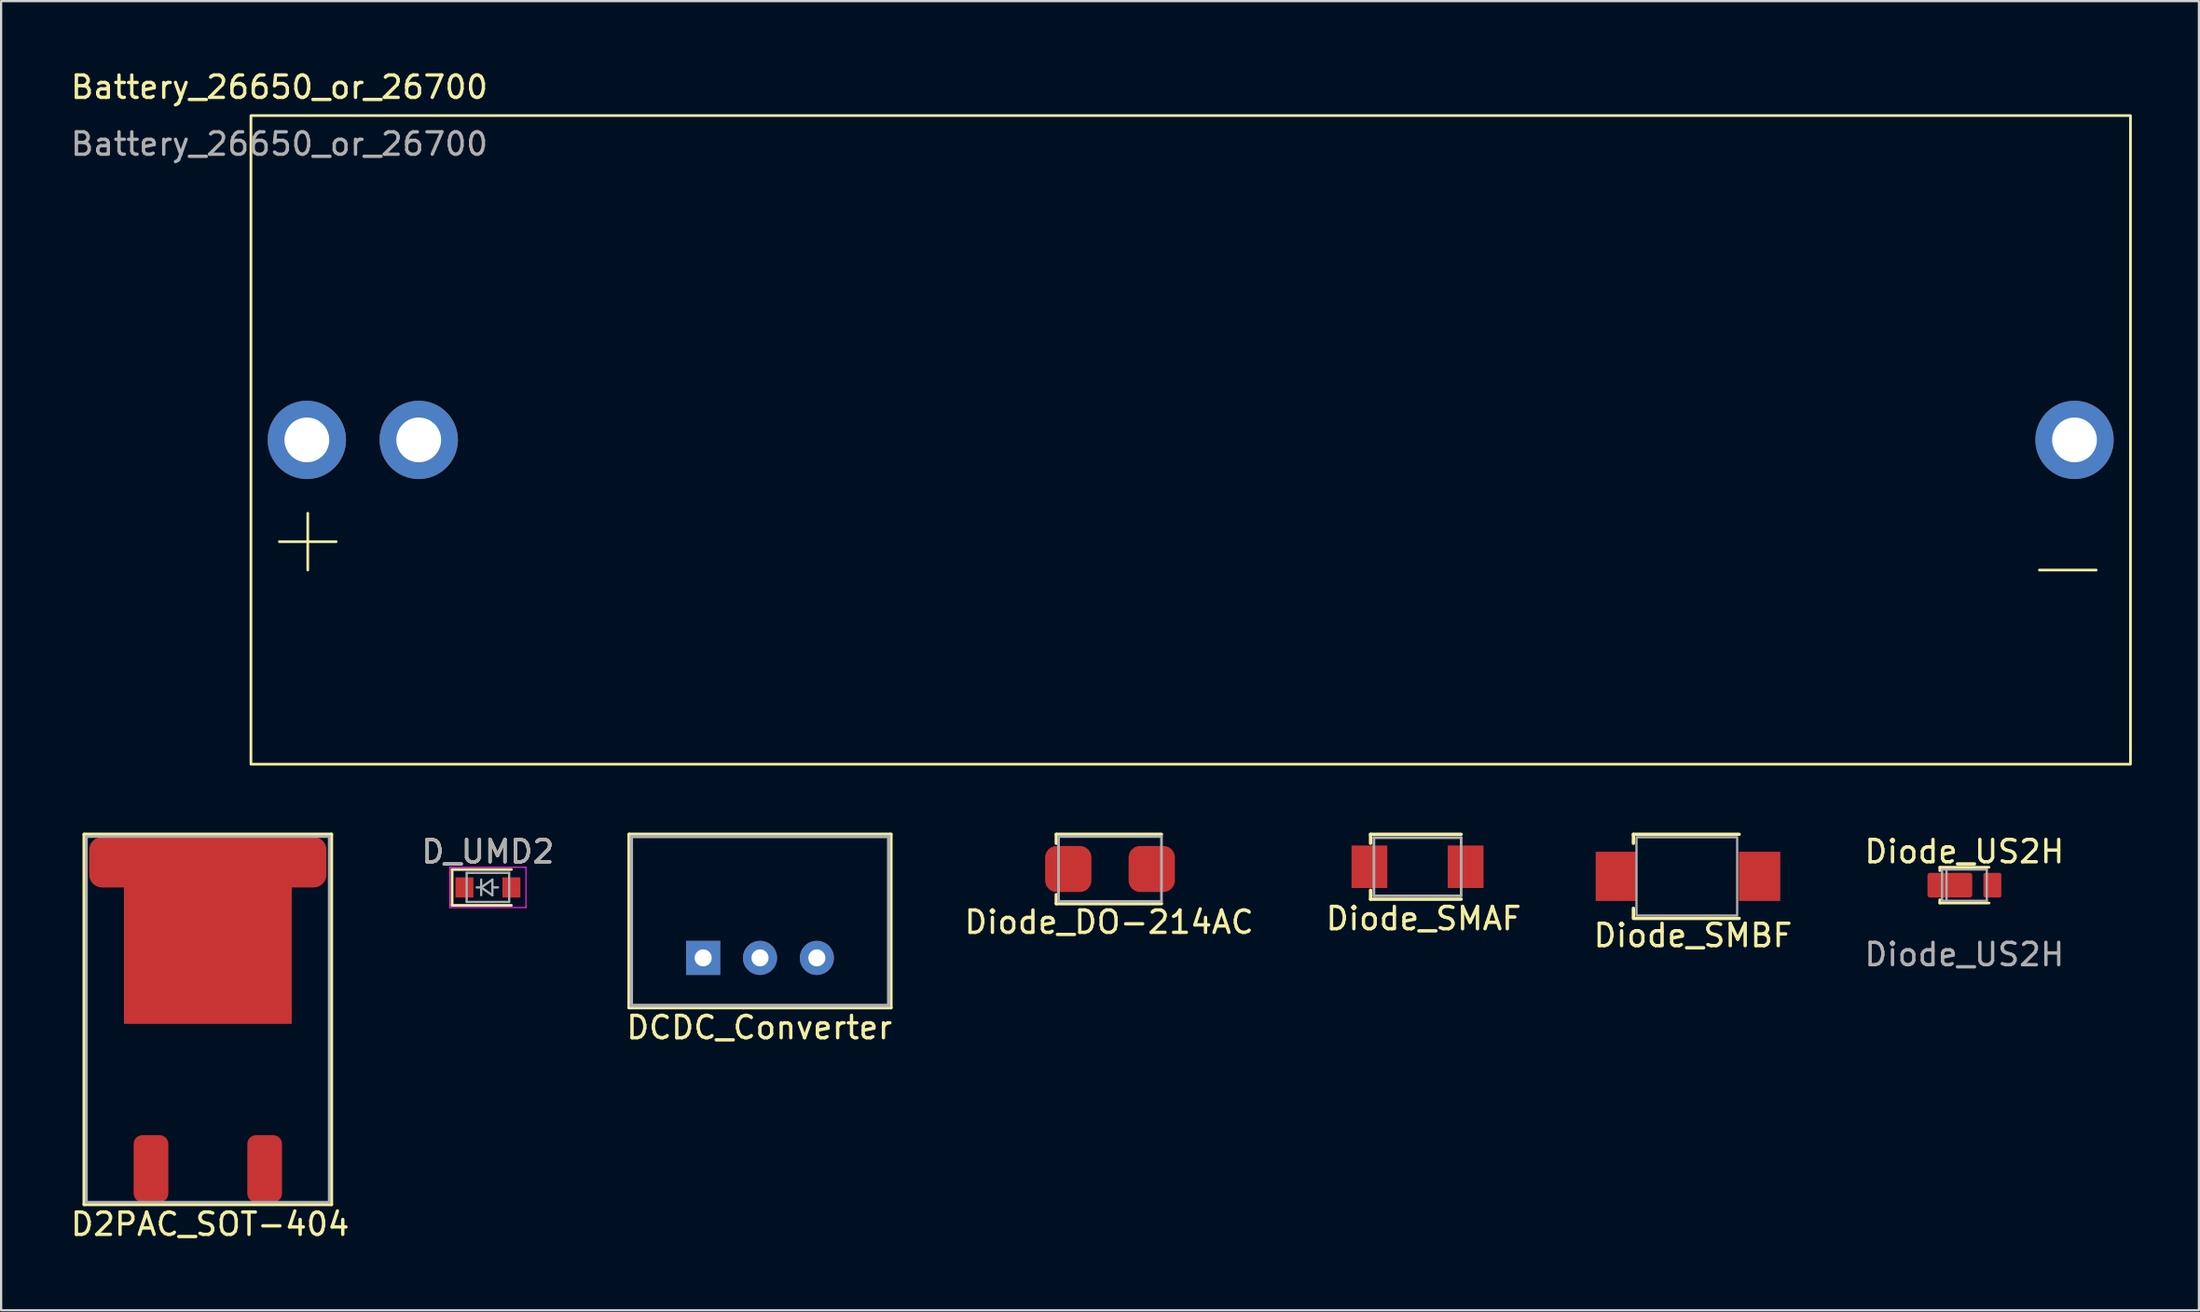
<source format=kicad_pcb>
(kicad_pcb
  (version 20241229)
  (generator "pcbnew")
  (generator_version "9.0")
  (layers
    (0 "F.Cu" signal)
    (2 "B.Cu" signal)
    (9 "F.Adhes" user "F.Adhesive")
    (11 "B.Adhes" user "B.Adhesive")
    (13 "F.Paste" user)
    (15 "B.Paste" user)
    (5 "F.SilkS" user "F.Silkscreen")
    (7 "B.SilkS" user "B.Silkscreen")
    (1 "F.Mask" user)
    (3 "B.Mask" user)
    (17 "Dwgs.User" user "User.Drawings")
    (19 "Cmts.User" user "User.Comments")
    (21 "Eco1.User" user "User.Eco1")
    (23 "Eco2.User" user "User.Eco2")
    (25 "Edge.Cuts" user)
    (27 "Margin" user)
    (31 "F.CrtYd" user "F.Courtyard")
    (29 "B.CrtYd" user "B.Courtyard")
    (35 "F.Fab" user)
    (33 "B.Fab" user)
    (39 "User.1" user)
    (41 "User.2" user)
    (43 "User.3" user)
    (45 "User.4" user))
  (footprint "D_UMD2"
    (layer "F.Cu")
    (at 18.756 36.627)
    (property "Reference" "D_UMD2" (at 0 -1.6 0) (layer "F.SilkS") (effects (font (size 1 1) (thickness 0.15))))
    (attr smd)
    (fp_line (start -1.6 -0.8) (end 1.05 -0.8) (stroke (width 0.12) (type solid)) (layer "F.SilkS"))
    (fp_line (start -1.6 0.8) (end -1.6 -0.8) (stroke (width 0.12) (type solid)) (layer "F.SilkS"))
    (fp_line (start 1.05 0.8) (end -1.6 0.8) (stroke (width 0.12) (type solid)) (layer "F.SilkS"))
    (fp_line (start -1.7 -0.9) (end 1.7 -0.9) (stroke (width 0.05) (type solid)) (layer "F.CrtYd"))
    (fp_line (start -1.7 0.9) (end -1.7 -0.9) (stroke (width 0.05) (type solid)) (layer "F.CrtYd"))
    (fp_line (start 1.7 -0.9) (end 1.7 0.9) (stroke (width 0.05) (type solid)) (layer "F.CrtYd"))
    (fp_line (start 1.7 0.9) (end -1.7 0.9) (stroke (width 0.05) (type solid)) (layer "F.CrtYd"))
    (fp_line (start -0.95 -0.65) (end 0.95 -0.65) (stroke (width 0.1) (type solid)) (layer "F.Fab"))
    (fp_line (start -0.95 0.65) (end -0.95 -0.65) (stroke (width 0.1) (type solid)) (layer "F.Fab"))
    (fp_line (start -0.3 -0.35) (end -0.3 0.35) (stroke (width 0.1) (type solid)) (layer "F.Fab"))
    (fp_line (start -0.3 0) (end -0.5 0) (stroke (width 0.1) (type solid)) (layer "F.Fab"))
    (fp_line (start -0.3 0) (end 0.2 -0.35) (stroke (width 0.1) (type solid)) (layer "F.Fab"))
    (fp_line (start 0.2 -0.35) (end 0.2 0.35) (stroke (width 0.1) (type solid)) (layer "F.Fab"))
    (fp_line (start 0.2 0) (end 0.45 0) (stroke (width 0.1) (type solid)) (layer "F.Fab"))
    (fp_line (start 0.2 0.35) (end -0.3 0) (stroke (width 0.1) (type solid)) (layer "F.Fab"))
    (fp_line (start 0.95 -0.65) (end 0.95 0.65) (stroke (width 0.1) (type solid)) (layer "F.Fab"))
    (fp_line (start 0.95 0.65) (end -0.95 0.65) (stroke (width 0.1) (type solid)) (layer "F.Fab"))
    (fp_text user "${REFERENCE}" (at 0 -1.6 0) (layer "F.Fab") (effects (font (size 1 1) (thickness 0.15))))
    (pad "1" smd rect (at -1.05 0 180) (size 0.8 0.9) (layers "F.Cu" "F.Mask" "F.Paste"))
    (pad "2" smd rect (at 1.05 0 180) (size 0.8 0.9) (layers "F.Cu" "F.Mask" "F.Paste")))
  (footprint "Diode_SMAF"
    (layer "F.Cu")
    (at 60.303 35.703)
    (property "Reference" "Diode_SMAF" (at 0.274 2.316 0) (layer "F.SilkS") (effects (font (size 1 1) (thickness 0.15))))
    (attr through_hole)
    (fp_line (start -2.1 -1.45) (end -2.1 -1.05) (stroke (width 0.15) (type solid)) (layer "F.SilkS"))
    (fp_line (start -2.1 1.05) (end -2.1 1.45) (stroke (width 0.15) (type solid)) (layer "F.SilkS"))
    (fp_line (start -2.1 1.45) (end 1.95 1.45) (stroke (width 0.15) (type solid)) (layer "F.SilkS"))
    (fp_line (start 1.95 -1.45) (end -2.1 -1.45) (stroke (width 0.15) (type solid)) (layer "F.SilkS"))
    (fp_line (start -1.95 -1.3) (end -1.95 1.3) (stroke (width 0.12) (type solid)) (layer "F.Fab"))
    (fp_line (start -1.95 1.3) (end 1.95 1.3) (stroke (width 0.12) (type solid)) (layer "F.Fab"))
    (fp_line (start 1.95 -1.3) (end -1.95 -1.3) (stroke (width 0.12) (type solid)) (layer "F.Fab"))
    (fp_line (start 1.95 1.3) (end 1.95 -1.3) (stroke (width 0.12) (type solid)) (layer "F.Fab"))
    (pad "1" smd rect (at -2.15 0) (size 1.6 1.9) (layers "F.Cu" "F.Mask" "F.Paste"))
    (pad "2" smd rect (at 2.15 0) (size 1.6 1.9) (layers "F.Cu" "F.Mask" "F.Paste")))
  (footprint "Diode_SMBF"
    (layer "F.Cu")
    (at 72.339 36.133)
    (property "Reference" "Diode_SMBF" (at 0.274 2.642 0) (layer "F.SilkS") (effects (font (size 1 1) (thickness 0.15))))
    (attr through_hole)
    (fp_line (start -2.388 -1.88) (end -2.388 -1.48) (stroke (width 0.15) (type solid)) (layer "F.SilkS"))
    (fp_line (start -2.388 1.429) (end -2.388 1.829) (stroke (width 0.15) (type solid)) (layer "F.SilkS"))
    (fp_line (start -2.388 1.88) (end 2.337 1.88) (stroke (width 0.15) (type solid)) (layer "F.SilkS"))
    (fp_line (start 2.337 -1.88) (end -2.388 -1.88) (stroke (width 0.15) (type solid)) (layer "F.SilkS"))
    (fp_rect (start -2.25 -1.75) (end 2.25 1.75) (stroke (width 0.1) (type default)) (fill no) (layer "F.Fab"))
    (pad "1" smd rect (at -3.15 0) (size 1.85 2.2) (layers "F.Cu" "F.Mask" "F.Paste"))
    (pad "2" smd rect (at 3.25 0) (size 1.85 2.2) (layers "F.Cu" "F.Mask" "F.Paste")))
  (footprint "DCDC_Converter"
    (layer "F.Cu")
    (at 30.917 39.778)
    (property "Reference" "DCDC_Converter" (at -0.03 3.114 0) (layer "F.SilkS") (effects (font (size 1 1) (thickness 0.15))))
    (attr through_hole)
    (fp_line (start -5.85 -5.525) (end -5.85 2.225) (stroke (width 0.15) (type solid)) (layer "F.SilkS"))
    (fp_line (start -5.85 -5.525) (end 5.85 -5.525) (stroke (width 0.15) (type solid)) (layer "F.SilkS"))
    (fp_line (start -5.85 2.225) (end 5.85 2.225) (stroke (width 0.15) (type solid)) (layer "F.SilkS"))
    (fp_line (start 5.85 -5.525) (end 5.85 2.225) (stroke (width 0.15) (type solid)) (layer "F.SilkS"))
    (fp_line (start -5.75 -5.425) (end -5.75 2.125) (stroke (width 0.15) (type solid)) (layer "F.Fab"))
    (fp_line (start -5.75 -5.425) (end 5.75 -5.425) (stroke (width 0.15) (type solid)) (layer "F.Fab"))
    (fp_line (start -5.75 2.125) (end 5.75 2.125) (stroke (width 0.15) (type solid)) (layer "F.Fab"))
    (fp_line (start 5.75 -5.425) (end 5.75 2.125) (stroke (width 0.15) (type solid)) (layer "F.Fab"))
    (pad "1" thru_hole rect (at -2.54 0) (size 1.524 1.524) (drill 0.762) (layers "*.Cu" "*.Mask"))
    (pad "2" thru_hole circle (at 0 0) (size 1.524 1.524) (drill 0.762) (layers "*.Cu" "*.Mask"))
    (pad "3" thru_hole circle (at 2.54 0) (size 1.524 1.524) (drill 0.762) (layers "*.Cu" "*.Mask")))
  (footprint "D2PAC_SOT-404"
    (layer "F.Cu")
    (at 6.238 42.528)
    (property "Reference" "D2PAC_SOT-404" (at 0.102 9.157 0) (layer "F.SilkS") (effects (font (size 1 1) (thickness 0.15))))
    (attr through_hole)
    (fp_line (start -5.525 -8.275) (end -5.525 8.275) (stroke (width 0.15) (type solid)) (layer "F.SilkS"))
    (fp_line (start -5.525 8.275) (end 5.525 8.275) (stroke (width 0.15) (type solid)) (layer "F.SilkS"))
    (fp_line (start 5.525 -8.275) (end -5.525 -8.275) (stroke (width 0.15) (type solid)) (layer "F.SilkS"))
    (fp_line (start 5.525 8.275) (end 5.525 -8.275) (stroke (width 0.15) (type solid)) (layer "F.SilkS"))
    (fp_line (start -5.425 -8.175) (end -5.425 8.175) (stroke (width 0.12) (type solid)) (layer "F.Fab"))
    (fp_line (start -5.425 8.175) (end 5.425 8.175) (stroke (width 0.12) (type solid)) (layer "F.Fab"))
    (fp_line (start 5.425 -8.175) (end -5.425 -8.175) (stroke (width 0.12) (type solid)) (layer "F.Fab"))
    (fp_line (start 5.425 8.175) (end 5.425 -8.175) (stroke (width 0.12) (type solid)) (layer "F.Fab"))
    (pad "1" smd roundrect (at -2.54 6.675) (size 1.55 3) (layers "F.Cu" "F.Mask" "F.Paste") (roundrect_rratio 0.25))
    (pad "2" smd roundrect (at 0 -7.025) (size 10.6 2.25) (layers "F.Cu" "F.Mask" "F.Paste") (roundrect_rratio 0.25))
    (pad "2" smd rect (at 0 -3.8) (size 7.5 8) (layers "F.Cu" "F.Mask" "F.Paste"))
    (pad "3" smd roundrect (at 2.54 6.675) (size 1.55 3) (layers "F.Cu" "F.Mask" "F.Paste") (roundrect_rratio 0.25)))
  (footprint "Diode_DO-214AC"
    (layer "F.Cu")
    (at 46.559 35.803)
    (property "Reference" "Diode_DO-214AC" (at -0.041 2.377 0) (layer "F.SilkS") (effects (font (size 1 1) (thickness 0.15))))
    (attr smd)
    (fp_line (start -2.4 -1.55) (end -2.4 -1.15) (stroke (width 0.15) (type solid)) (layer "F.SilkS"))
    (fp_line (start -2.4 1.15) (end -2.4 1.55) (stroke (width 0.15) (type solid)) (layer "F.SilkS"))
    (fp_line (start -2.4 1.55) (end 2.3 1.55) (stroke (width 0.15) (type solid)) (layer "F.SilkS"))
    (fp_line (start 2.3 -1.55) (end -2.4 -1.55) (stroke (width 0.15) (type solid)) (layer "F.SilkS"))
    (fp_line (start -2.3 -1.45) (end -2.3 1.45) (stroke (width 0.12) (type solid)) (layer "F.Fab"))
    (fp_line (start -2.3 1.45) (end 2.3 1.45) (stroke (width 0.12) (type solid)) (layer "F.Fab"))
    (fp_line (start 2.3 -1.45) (end -2.3 -1.45) (stroke (width 0.12) (type solid)) (layer "F.Fab"))
    (fp_line (start 2.3 1.45) (end 2.3 -1.45) (stroke (width 0.12) (type solid)) (layer "F.Fab"))
    (pad "1" smd roundrect (at -1.865 0) (size 2.07 2.06) (layers "F.Cu" "F.Mask" "F.Paste") (roundrect_rratio 0.25))
    (pad "2" smd roundrect (at 1.865 0) (size 2.07 2.06) (layers "F.Cu" "F.Mask" "F.Paste") (roundrect_rratio 0.25)))
  (footprint "Diode_US2H"
    (layer "F.Cu")
    (at 84.744 36.526)
    (property "Reference" "Diode_US2H" (at 0 -1.5 0) (unlocked yes) (layer "F.SilkS") (effects (font (size 1 1) (thickness 0.15))))
    (attr smd)
    (fp_line (start -1.1 -0.8) (end -1.1 -0.65) (stroke (width 0.12) (type solid)) (layer "F.SilkS"))
    (fp_line (start -1.1 0.65) (end -1.1 0.8) (stroke (width 0.12) (type solid)) (layer "F.SilkS"))
    (fp_line (start 1.1 -0.8) (end -1.1 -0.8) (stroke (width 0.12) (type solid)) (layer "F.SilkS"))
    (fp_line (start 1.1 0.8) (end -1.1 0.8) (stroke (width 0.12) (type solid)) (layer "F.SilkS"))
    (fp_line (start -1 0.7) (end -1 -0.7) (stroke (width 0.1) (type solid)) (layer "F.Fab"))
    (fp_line (start -1 0.7) (end 1 0.7) (stroke (width 0.1) (type solid)) (layer "F.Fab"))
    (fp_line (start -0.8 -0.7) (end -0.8 0.7) (stroke (width 0.1) (type solid)) (layer "F.Fab"))
    (fp_line (start 1 -0.7) (end -1 -0.7) (stroke (width 0.1) (type solid)) (layer "F.Fab"))
    (fp_line (start 1 0.7) (end 1 -0.7) (stroke (width 0.1) (type solid)) (layer "F.Fab"))
    (fp_text user "${REFERENCE}" (at 0 3.1 0) (unlocked yes) (layer "F.Fab") (effects (font (size 1 1) (thickness 0.15))))
    (pad "1" smd roundrect (at -0.65 0) (size 2 1.1) (layers "F.Cu" "F.Mask" "F.Paste") (roundrect_rratio 0.1))
    (pad "2" smd roundrect (at 1.25 0) (size 0.8 1.1) (layers "F.Cu" "F.Mask" "F.Paste") (roundrect_rratio 0.1)))
  (footprint "Battery_26650_or_26700"
    (layer "F.Cu")
    (at 8.165 2.118)
    (property "Reference" "Battery_26650_or_26700" (at 1.27 -1.27 0) (unlocked yes) (layer "F.SilkS") (effects (font (size 1 1) (thickness 0.15))))
    (attr through_hole)
    (fp_line (start 2.54 17.78) (end 2.54 20.32) (stroke (width 0.12) (type solid)) (layer "F.SilkS"))
    (fp_line (start 3.81 19.05) (end 1.27 19.05) (stroke (width 0.12) (type solid)) (layer "F.SilkS"))
    (fp_line (start 79.93 20.32) (end 82.47 20.32) (stroke (width 0.12) (type solid)) (layer "F.SilkS"))
    (fp_rect (start 0 0) (end 84 29) (stroke (width 0.12) (type solid)) (fill no) (layer "F.SilkS"))
    (fp_text user "${REFERENCE}" (at 1.27 1.27 0) (unlocked yes) (layer "F.Fab") (effects (font (size 1 1) (thickness 0.15))))
    (pad "1" thru_hole circle (at 2.5 14.5) (size 3.5 3.5) (drill 2) (layers "*.Cu" "*.Mask"))
    (pad "1" thru_hole circle (at 7.5 14.5) (size 3.5 3.5) (drill 2) (layers "*.Cu" "*.Mask"))
    (pad "2" thru_hole circle (at 81.5 14.5) (size 3.5 3.5) (drill 2) (layers "*.Cu" "*.Mask")))
  (gr_rect
    (start -3 -3)
    (end 95.225 55.533)
    (stroke (width 0.1) (type default))
    (fill no)
    (layer "Edge.Cuts")))
</source>
